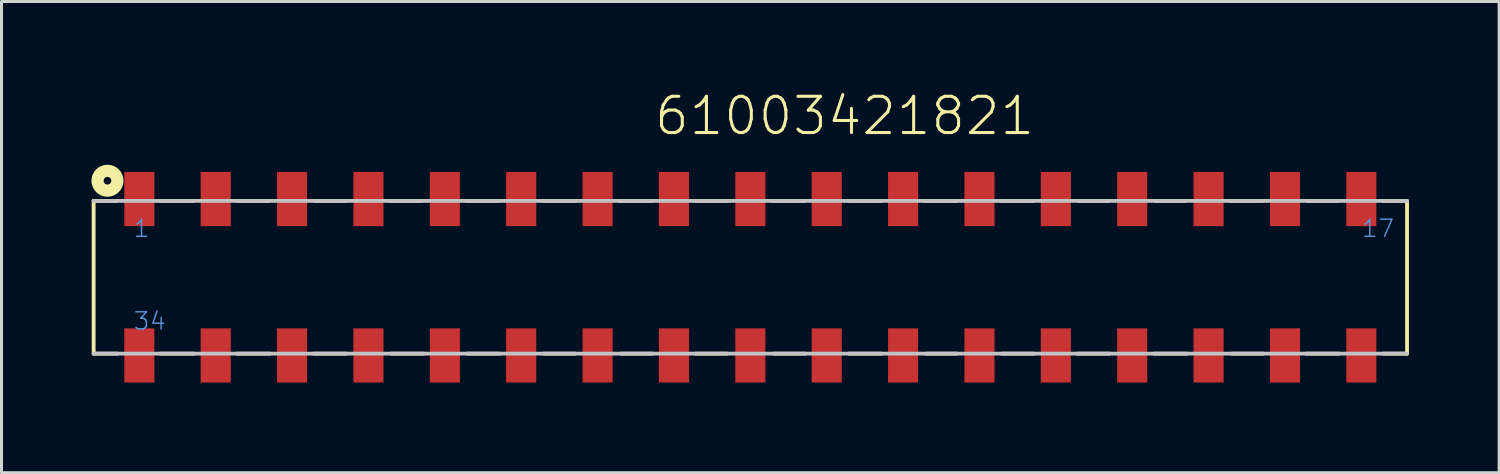
<source format=kicad_pcb>
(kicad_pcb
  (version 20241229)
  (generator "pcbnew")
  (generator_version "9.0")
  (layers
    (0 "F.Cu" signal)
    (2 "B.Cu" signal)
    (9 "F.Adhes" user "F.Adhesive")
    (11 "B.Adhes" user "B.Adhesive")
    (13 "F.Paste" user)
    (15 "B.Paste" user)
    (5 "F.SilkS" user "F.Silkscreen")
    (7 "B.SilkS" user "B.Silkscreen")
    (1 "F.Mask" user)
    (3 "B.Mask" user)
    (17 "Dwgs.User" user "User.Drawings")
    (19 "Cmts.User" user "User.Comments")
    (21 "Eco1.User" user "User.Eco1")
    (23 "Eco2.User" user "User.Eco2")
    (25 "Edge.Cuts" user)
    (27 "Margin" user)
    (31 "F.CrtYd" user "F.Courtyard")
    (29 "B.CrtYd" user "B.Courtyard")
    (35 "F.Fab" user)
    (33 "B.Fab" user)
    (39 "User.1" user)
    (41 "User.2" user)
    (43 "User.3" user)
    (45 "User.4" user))
  (footprint "61003421821"
    (layer "F.Cu")
    (at 21.904 6.171)
    (property "Reference" "61003421821" (at -3.25 -4.66 0) (layer "F.SilkS") (effects (font (size 1.206 1.206) (thickness 0.102)) (justify left bottom)))
    (attr through_hole)
    (fp_line (start -21.84 -2.54) (end -21.84 2.54) (stroke (width 0.127) (type solid)) (layer "F.SilkS"))
    (fp_line (start -21.06 -2.54) (end -21.84 -2.54) (stroke (width 0.127) (type solid)) (layer "F.SilkS"))
    (fp_line (start -21.04 2.54) (end -21.84 2.54) (stroke (width 0.127) (type solid)) (layer "F.SilkS"))
    (fp_line (start -19.63 2.54) (end -18.5 2.54) (stroke (width 0.127) (type solid)) (layer "F.SilkS"))
    (fp_line (start -19.62 -2.54) (end -18.52 -2.54) (stroke (width 0.127) (type solid)) (layer "F.SilkS"))
    (fp_line (start -17.08 2.54) (end -15.97 2.54) (stroke (width 0.127) (type solid)) (layer "F.SilkS"))
    (fp_line (start -17.07 -2.54) (end -15.99 -2.54) (stroke (width 0.127) (type solid)) (layer "F.SilkS"))
    (fp_line (start -14.53 2.54) (end -13.43 2.54) (stroke (width 0.127) (type solid)) (layer "F.SilkS"))
    (fp_line (start -14.5 -2.54) (end -13.45 -2.54) (stroke (width 0.127) (type solid)) (layer "F.SilkS"))
    (fp_line (start -11.99 -2.54) (end -10.92 -2.54) (stroke (width 0.127) (type solid)) (layer "F.SilkS"))
    (fp_line (start -11.94 2.54) (end -10.86 2.54) (stroke (width 0.127) (type solid)) (layer "F.SilkS"))
    (fp_line (start -9.46 -2.54) (end -8.35 -2.54) (stroke (width 0.127) (type solid)) (layer "F.SilkS"))
    (fp_line (start -9.41 2.54) (end -8.33 2.54) (stroke (width 0.127) (type solid)) (layer "F.SilkS"))
    (fp_line (start -6.92 -2.54) (end -5.81 -2.54) (stroke (width 0.127) (type solid)) (layer "F.SilkS"))
    (fp_line (start -6.87 2.54) (end -5.83 2.54) (stroke (width 0.127) (type solid)) (layer "F.SilkS"))
    (fp_line (start -4.38 -2.54) (end -3.27 -2.54) (stroke (width 0.127) (type solid)) (layer "F.SilkS"))
    (fp_line (start -4.31 2.54) (end -3.26 2.54) (stroke (width 0.127) (type solid)) (layer "F.SilkS"))
    (fp_line (start -1.82 -2.54) (end -0.74 -2.54) (stroke (width 0.127) (type solid)) (layer "F.SilkS"))
    (fp_line (start -1.82 2.54) (end -0.78 2.54) (stroke (width 0.127) (type solid)) (layer "F.SilkS"))
    (fp_line (start 0.73 -2.54) (end 1.82 -2.54) (stroke (width 0.127) (type solid)) (layer "F.SilkS"))
    (fp_line (start 0.77 2.54) (end 1.83 2.54) (stroke (width 0.127) (type solid)) (layer "F.SilkS"))
    (fp_line (start 3.28 -2.54) (end 4.35 -2.54) (stroke (width 0.127) (type solid)) (layer "F.SilkS"))
    (fp_line (start 3.28 2.54) (end 4.35 2.54) (stroke (width 0.127) (type solid)) (layer "F.SilkS"))
    (fp_line (start 5.78 -2.54) (end 6.89 -2.54) (stroke (width 0.127) (type solid)) (layer "F.SilkS"))
    (fp_line (start 5.85 2.54) (end 6.86 2.54) (stroke (width 0.127) (type solid)) (layer "F.SilkS"))
    (fp_line (start 8.34 -2.54) (end 9.42 -2.54) (stroke (width 0.127) (type solid)) (layer "F.SilkS"))
    (fp_line (start 8.36 2.54) (end 9.43 2.54) (stroke (width 0.127) (type solid)) (layer "F.SilkS"))
    (fp_line (start 10.87 2.54) (end 11.95 2.54) (stroke (width 0.127) (type solid)) (layer "F.SilkS"))
    (fp_line (start 10.91 -2.54) (end 11.94 -2.54) (stroke (width 0.127) (type solid)) (layer "F.SilkS"))
    (fp_line (start 13.42 2.54) (end 14.52 2.54) (stroke (width 0.127) (type solid)) (layer "F.SilkS"))
    (fp_line (start 13.45 -2.54) (end 14.45 -2.54) (stroke (width 0.127) (type solid)) (layer "F.SilkS"))
    (fp_line (start 15.96 -2.54) (end 17.04 -2.54) (stroke (width 0.127) (type solid)) (layer "F.SilkS"))
    (fp_line (start 16.02 2.54) (end 17.06 2.54) (stroke (width 0.127) (type solid)) (layer "F.SilkS"))
    (fp_line (start 18.48 2.54) (end 19.58 2.54) (stroke (width 0.127) (type solid)) (layer "F.SilkS"))
    (fp_line (start 18.51 -2.54) (end 19.55 -2.54) (stroke (width 0.127) (type solid)) (layer "F.SilkS"))
    (fp_line (start 21.04 -2.54) (end 21.84 -2.54) (stroke (width 0.127) (type solid)) (layer "F.SilkS"))
    (fp_line (start 21.05 2.54) (end 21.84 2.54) (stroke (width 0.127) (type solid)) (layer "F.SilkS"))
    (fp_line (start 21.84 2.54) (end 21.84 -2.54) (stroke (width 0.127) (type solid)) (layer "F.SilkS"))
    (fp_circle (center -21.38 -3.21) (end -21.253 -3.21) (stroke (width 0.406) (type solid)) (fill no) (layer "F.SilkS"))
    (fp_line (start -21.84 2.54) (end 21.84 2.54) (stroke (width 0.127) (type solid)) (layer "Dwgs.User"))
    (fp_line (start 21.84 -2.54) (end -21.84 -2.54) (stroke (width 0.127) (type solid)) (layer "Dwgs.User"))
    (fp_text user "34" (at -20.55 1.79 0) (layer "Cmts.User") (effects (font (size 0.57 0.57) (thickness 0.048)) (justify left bottom)))
    (fp_text user "1" (at -20.55 -1.29 0) (layer "Cmts.User") (effects (font (size 0.57 0.57) (thickness 0.048)) (justify left bottom)))
    (fp_text user "17" (at 20.3 -1.29 0) (layer "Cmts.User") (effects (font (size 0.57 0.57) (thickness 0.048)) (justify left bottom)))
    (pad "1" smd rect (at -20.32 -2.6) (size 1 1.8) (layers "F.Cu" "F.Mask" "F.Paste"))
    (pad "2" smd rect (at -17.78 -2.6) (size 1 1.8) (layers "F.Cu" "F.Mask" "F.Paste"))
    (pad "3" smd rect (at -15.24 -2.6) (size 1 1.8) (layers "F.Cu" "F.Mask" "F.Paste"))
    (pad "4" smd rect (at -12.7 -2.6) (size 1 1.8) (layers "F.Cu" "F.Mask" "F.Paste"))
    (pad "5" smd rect (at -10.16 -2.6) (size 1 1.8) (layers "F.Cu" "F.Mask" "F.Paste"))
    (pad "6" smd rect (at -7.62 -2.6) (size 1 1.8) (layers "F.Cu" "F.Mask" "F.Paste"))
    (pad "7" smd rect (at -5.08 -2.6) (size 1 1.8) (layers "F.Cu" "F.Mask" "F.Paste"))
    (pad "8" smd rect (at -2.54 -2.6) (size 1 1.8) (layers "F.Cu" "F.Mask" "F.Paste"))
    (pad "9" smd rect (at 0 -2.6) (size 1 1.8) (layers "F.Cu" "F.Mask" "F.Paste"))
    (pad "10" smd rect (at 2.54 -2.6) (size 1 1.8) (layers "F.Cu" "F.Mask" "F.Paste"))
    (pad "11" smd rect (at 5.08 -2.6) (size 1 1.8) (layers "F.Cu" "F.Mask" "F.Paste"))
    (pad "12" smd rect (at 7.62 -2.6) (size 1 1.8) (layers "F.Cu" "F.Mask" "F.Paste"))
    (pad "13" smd rect (at 10.16 -2.6) (size 1 1.8) (layers "F.Cu" "F.Mask" "F.Paste"))
    (pad "14" smd rect (at 12.7 -2.6) (size 1 1.8) (layers "F.Cu" "F.Mask" "F.Paste"))
    (pad "15" smd rect (at 15.24 -2.6) (size 1 1.8) (layers "F.Cu" "F.Mask" "F.Paste"))
    (pad "16" smd rect (at 17.78 -2.6) (size 1 1.8) (layers "F.Cu" "F.Mask" "F.Paste"))
    (pad "17" smd rect (at 20.32 -2.6) (size 1 1.8) (layers "F.Cu" "F.Mask" "F.Paste"))
    (pad "18" smd rect (at 20.32 2.6) (size 1 1.8) (layers "F.Cu" "F.Mask" "F.Paste"))
    (pad "19" smd rect (at 17.78 2.6) (size 1 1.8) (layers "F.Cu" "F.Mask" "F.Paste"))
    (pad "20" smd rect (at 15.24 2.6) (size 1 1.8) (layers "F.Cu" "F.Mask" "F.Paste"))
    (pad "21" smd rect (at 12.7 2.6) (size 1 1.8) (layers "F.Cu" "F.Mask" "F.Paste"))
    (pad "22" smd rect (at 10.16 2.6) (size 1 1.8) (layers "F.Cu" "F.Mask" "F.Paste"))
    (pad "23" smd rect (at 7.62 2.6) (size 1 1.8) (layers "F.Cu" "F.Mask" "F.Paste"))
    (pad "24" smd rect (at 5.08 2.6) (size 1 1.8) (layers "F.Cu" "F.Mask" "F.Paste"))
    (pad "25" smd rect (at 2.54 2.6) (size 1 1.8) (layers "F.Cu" "F.Mask" "F.Paste"))
    (pad "26" smd rect (at 0 2.6) (size 1 1.8) (layers "F.Cu" "F.Mask" "F.Paste"))
    (pad "27" smd rect (at -2.54 2.6) (size 1 1.8) (layers "F.Cu" "F.Mask" "F.Paste"))
    (pad "28" smd rect (at -5.08 2.6) (size 1 1.8) (layers "F.Cu" "F.Mask" "F.Paste"))
    (pad "29" smd rect (at -7.62 2.6) (size 1 1.8) (layers "F.Cu" "F.Mask" "F.Paste"))
    (pad "30" smd rect (at -10.16 2.6) (size 1 1.8) (layers "F.Cu" "F.Mask" "F.Paste"))
    (pad "31" smd rect (at -12.7 2.6) (size 1 1.8) (layers "F.Cu" "F.Mask" "F.Paste"))
    (pad "32" smd rect (at -15.24 2.6) (size 1 1.8) (layers "F.Cu" "F.Mask" "F.Paste"))
    (pad "33" smd rect (at -17.78 2.6) (size 1 1.8) (layers "F.Cu" "F.Mask" "F.Paste"))
    (pad "34" smd rect (at -20.32 2.6) (size 1 1.8) (layers "F.Cu" "F.Mask" "F.Paste")))
  (gr_rect
    (start -3 -3)
    (end 46.807 12.671)
    (stroke (width 0.1) (type default))
    (fill no)
    (layer "Edge.Cuts")))
</source>
